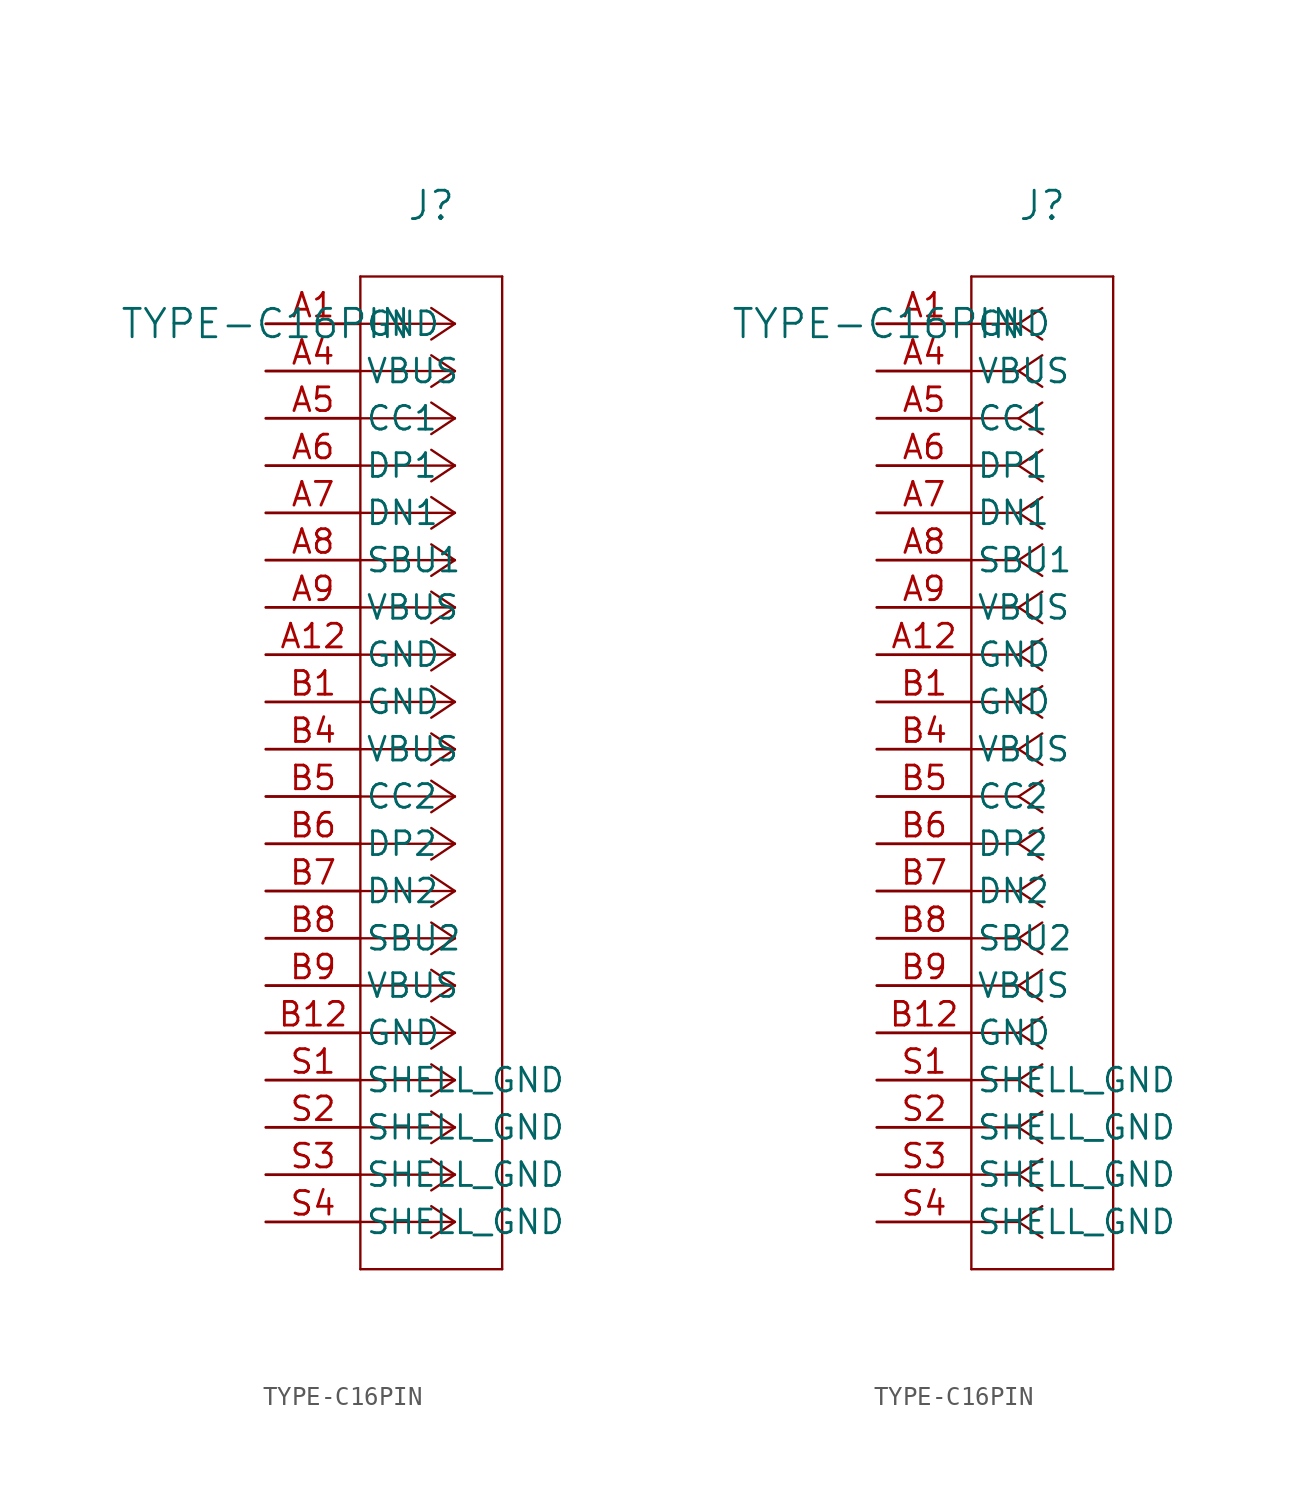
<source format=kicad_sym>
(kicad_symbol_lib
  (version 20211014)
  (generator kicad_symbol_editor)
  (symbol "TYPE-C16PIN"
    (pin_names
      (offset 0.254))
    (property "Reference" "J"
      (at 8.89 6.35 0)
      (effects (font (size 1.524 1.524))))
    (property "Value" "TYPE-C16PIN"
      (at 0 0 0)
      (effects (font (size 1.524 1.524))))
    (symbol "TYPE-C16PIN_1_1"
      (polyline (pts (xy 10.16 0) (xy 5.08 0)) (stroke (width 0.127) (type default) (color 0 0 0 0)) (fill (type none)))
      (polyline (pts (xy 10.16 -2.54) (xy 5.08 -2.54)) (stroke (width 0.127) (type default) (color 0 0 0 0)) (fill (type none)))
      (polyline (pts (xy 10.16 -5.08) (xy 5.08 -5.08)) (stroke (width 0.127) (type default) (color 0 0 0 0)) (fill (type none)))
      (polyline (pts (xy 10.16 -7.62) (xy 5.08 -7.62)) (stroke (width 0.127) (type default) (color 0 0 0 0)) (fill (type none)))
      (polyline (pts (xy 10.16 -10.16) (xy 5.08 -10.16)) (stroke (width 0.127) (type default) (color 0 0 0 0)) (fill (type none)))
      (polyline (pts (xy 10.16 -12.7) (xy 5.08 -12.7)) (stroke (width 0.127) (type default) (color 0 0 0 0)) (fill (type none)))
      (polyline (pts (xy 10.16 -15.24) (xy 5.08 -15.24)) (stroke (width 0.127) (type default) (color 0 0 0 0)) (fill (type none)))
      (polyline (pts (xy 10.16 -17.78) (xy 5.08 -17.78)) (stroke (width 0.127) (type default) (color 0 0 0 0)) (fill (type none)))
      (polyline (pts (xy 10.16 -20.32) (xy 5.08 -20.32)) (stroke (width 0.127) (type default) (color 0 0 0 0)) (fill (type none)))
      (polyline (pts (xy 10.16 -22.86) (xy 5.08 -22.86)) (stroke (width 0.127) (type default) (color 0 0 0 0)) (fill (type none)))
      (polyline (pts (xy 10.16 -25.4) (xy 5.08 -25.4)) (stroke (width 0.127) (type default) (color 0 0 0 0)) (fill (type none)))
      (polyline (pts (xy 10.16 -27.94) (xy 5.08 -27.94)) (stroke (width 0.127) (type default) (color 0 0 0 0)) (fill (type none)))
      (polyline (pts (xy 10.16 -30.48) (xy 5.08 -30.48)) (stroke (width 0.127) (type default) (color 0 0 0 0)) (fill (type none)))
      (polyline (pts (xy 10.16 -33.02) (xy 5.08 -33.02)) (stroke (width 0.127) (type default) (color 0 0 0 0)) (fill (type none)))
      (polyline (pts (xy 10.16 -35.56) (xy 5.08 -35.56)) (stroke (width 0.127) (type default) (color 0 0 0 0)) (fill (type none)))
      (polyline (pts (xy 10.16 -38.1) (xy 5.08 -38.1)) (stroke (width 0.127) (type default) (color 0 0 0 0)) (fill (type none)))
      (polyline (pts (xy 10.16 -40.64) (xy 5.08 -40.64)) (stroke (width 0.127) (type default) (color 0 0 0 0)) (fill (type none)))
      (polyline (pts (xy 10.16 -43.18) (xy 5.08 -43.18)) (stroke (width 0.127) (type default) (color 0 0 0 0)) (fill (type none)))
      (polyline (pts (xy 10.16 -45.72) (xy 5.08 -45.72)) (stroke (width 0.127) (type default) (color 0 0 0 0)) (fill (type none)))
      (polyline (pts (xy 10.16 -48.26) (xy 5.08 -48.26)) (stroke (width 0.127) (type default) (color 0 0 0 0)) (fill (type none)))
      (polyline (pts (xy 10.16 0) (xy 8.89 0.847)) (stroke (width 0.127) (type default) (color 0 0 0 0)) (fill (type none)))
      (polyline (pts (xy 10.16 -2.54) (xy 8.89 -1.693)) (stroke (width 0.127) (type default) (color 0 0 0 0)) (fill (type none)))
      (polyline (pts (xy 10.16 -5.08) (xy 8.89 -4.233)) (stroke (width 0.127) (type default) (color 0 0 0 0)) (fill (type none)))
      (polyline (pts (xy 10.16 -7.62) (xy 8.89 -6.773)) (stroke (width 0.127) (type default) (color 0 0 0 0)) (fill (type none)))
      (polyline (pts (xy 10.16 -10.16) (xy 8.89 -9.313)) (stroke (width 0.127) (type default) (color 0 0 0 0)) (fill (type none)))
      (polyline (pts (xy 10.16 -12.7) (xy 8.89 -11.853)) (stroke (width 0.127) (type default) (color 0 0 0 0)) (fill (type none)))
      (polyline (pts (xy 10.16 -15.24) (xy 8.89 -14.393)) (stroke (width 0.127) (type default) (color 0 0 0 0)) (fill (type none)))
      (polyline (pts (xy 10.16 -17.78) (xy 8.89 -16.933)) (stroke (width 0.127) (type default) (color 0 0 0 0)) (fill (type none)))
      (polyline (pts (xy 10.16 -20.32) (xy 8.89 -19.473)) (stroke (width 0.127) (type default) (color 0 0 0 0)) (fill (type none)))
      (polyline (pts (xy 10.16 -22.86) (xy 8.89 -22.013)) (stroke (width 0.127) (type default) (color 0 0 0 0)) (fill (type none)))
      (polyline (pts (xy 10.16 -25.4) (xy 8.89 -24.553)) (stroke (width 0.127) (type default) (color 0 0 0 0)) (fill (type none)))
      (polyline (pts (xy 10.16 -27.94) (xy 8.89 -27.093)) (stroke (width 0.127) (type default) (color 0 0 0 0)) (fill (type none)))
      (polyline (pts (xy 10.16 -30.48) (xy 8.89 -29.633)) (stroke (width 0.127) (type default) (color 0 0 0 0)) (fill (type none)))
      (polyline (pts (xy 10.16 -33.02) (xy 8.89 -32.173)) (stroke (width 0.127) (type default) (color 0 0 0 0)) (fill (type none)))
      (polyline (pts (xy 10.16 -35.56) (xy 8.89 -34.713)) (stroke (width 0.127) (type default) (color 0 0 0 0)) (fill (type none)))
      (polyline (pts (xy 10.16 -38.1) (xy 8.89 -37.253)) (stroke (width 0.127) (type default) (color 0 0 0 0)) (fill (type none)))
      (polyline (pts (xy 10.16 -40.64) (xy 8.89 -39.793)) (stroke (width 0.127) (type default) (color 0 0 0 0)) (fill (type none)))
      (polyline (pts (xy 10.16 -43.18) (xy 8.89 -42.333)) (stroke (width 0.127) (type default) (color 0 0 0 0)) (fill (type none)))
      (polyline (pts (xy 10.16 -45.72) (xy 8.89 -44.873)) (stroke (width 0.127) (type default) (color 0 0 0 0)) (fill (type none)))
      (polyline (pts (xy 10.16 -48.26) (xy 8.89 -47.413)) (stroke (width 0.127) (type default) (color 0 0 0 0)) (fill (type none)))
      (polyline (pts (xy 10.16 0) (xy 8.89 -0.847)) (stroke (width 0.127) (type default) (color 0 0 0 0)) (fill (type none)))
      (polyline (pts (xy 10.16 -2.54) (xy 8.89 -3.387)) (stroke (width 0.127) (type default) (color 0 0 0 0)) (fill (type none)))
      (polyline (pts (xy 10.16 -5.08) (xy 8.89 -5.927)) (stroke (width 0.127) (type default) (color 0 0 0 0)) (fill (type none)))
      (polyline (pts (xy 10.16 -7.62) (xy 8.89 -8.467)) (stroke (width 0.127) (type default) (color 0 0 0 0)) (fill (type none)))
      (polyline (pts (xy 10.16 -10.16) (xy 8.89 -11.007)) (stroke (width 0.127) (type default) (color 0 0 0 0)) (fill (type none)))
      (polyline (pts (xy 10.16 -12.7) (xy 8.89 -13.547)) (stroke (width 0.127) (type default) (color 0 0 0 0)) (fill (type none)))
      (polyline (pts (xy 10.16 -15.24) (xy 8.89 -16.087)) (stroke (width 0.127) (type default) (color 0 0 0 0)) (fill (type none)))
      (polyline (pts (xy 10.16 -17.78) (xy 8.89 -18.627)) (stroke (width 0.127) (type default) (color 0 0 0 0)) (fill (type none)))
      (polyline (pts (xy 10.16 -20.32) (xy 8.89 -21.167)) (stroke (width 0.127) (type default) (color 0 0 0 0)) (fill (type none)))
      (polyline (pts (xy 10.16 -22.86) (xy 8.89 -23.707)) (stroke (width 0.127) (type default) (color 0 0 0 0)) (fill (type none)))
      (polyline (pts (xy 10.16 -25.4) (xy 8.89 -26.247)) (stroke (width 0.127) (type default) (color 0 0 0 0)) (fill (type none)))
      (polyline (pts (xy 10.16 -27.94) (xy 8.89 -28.787)) (stroke (width 0.127) (type default) (color 0 0 0 0)) (fill (type none)))
      (polyline (pts (xy 10.16 -30.48) (xy 8.89 -31.327)) (stroke (width 0.127) (type default) (color 0 0 0 0)) (fill (type none)))
      (polyline (pts (xy 10.16 -33.02) (xy 8.89 -33.867)) (stroke (width 0.127) (type default) (color 0 0 0 0)) (fill (type none)))
      (polyline (pts (xy 10.16 -35.56) (xy 8.89 -36.407)) (stroke (width 0.127) (type default) (color 0 0 0 0)) (fill (type none)))
      (polyline (pts (xy 10.16 -38.1) (xy 8.89 -38.947)) (stroke (width 0.127) (type default) (color 0 0 0 0)) (fill (type none)))
      (polyline (pts (xy 10.16 -40.64) (xy 8.89 -41.487)) (stroke (width 0.127) (type default) (color 0 0 0 0)) (fill (type none)))
      (polyline (pts (xy 10.16 -43.18) (xy 8.89 -44.027)) (stroke (width 0.127) (type default) (color 0 0 0 0)) (fill (type none)))
      (polyline (pts (xy 10.16 -45.72) (xy 8.89 -46.567)) (stroke (width 0.127) (type default) (color 0 0 0 0)) (fill (type none)))
      (polyline (pts (xy 10.16 -48.26) (xy 8.89 -49.107)) (stroke (width 0.127) (type default) (color 0 0 0 0)) (fill (type none)))
      (polyline (pts (xy 5.08 2.54) (xy 5.08 -50.8)) (stroke (width 0.127) (type default) (color 0 0 0 0)) (fill (type none)))
      (polyline (pts (xy 5.08 -50.8) (xy 12.7 -50.8)) (stroke (width 0.127) (type default) (color 0 0 0 0)) (fill (type none)))
      (polyline (pts (xy 12.7 -50.8) (xy 12.7 2.54)) (stroke (width 0.127) (type default) (color 0 0 0 0)) (fill (type none)))
      (polyline (pts (xy 12.7 2.54) (xy 5.08 2.54)) (stroke (width 0.127) (type default) (color 0 0 0 0)) (fill (type none)))
      (pin power_out line (at 0 0 0) (length 5.08) (name "GND" (effects (font (size 1.27 1.27)))) (number "A1" (effects (font (size 1.27 1.27)))))
      (pin power_in line (at 0 -2.54 0) (length 5.08) (name "VBUS" (effects (font (size 1.27 1.27)))) (number "A4" (effects (font (size 1.27 1.27)))))
      (pin bidirectional line (at 0 -5.08 0) (length 5.08) (name "CC1" (effects (font (size 1.27 1.27)))) (number "A5" (effects (font (size 1.27 1.27)))))
      (pin bidirectional line (at 0 -7.62 0) (length 5.08) (name "DP1" (effects (font (size 1.27 1.27)))) (number "A6" (effects (font (size 1.27 1.27)))))
      (pin bidirectional line (at 0 -10.16 0) (length 5.08) (name "DN1" (effects (font (size 1.27 1.27)))) (number "A7" (effects (font (size 1.27 1.27)))))
      (pin bidirectional line (at 0 -12.7 0) (length 5.08) (name "SBU1" (effects (font (size 1.27 1.27)))) (number "A8" (effects (font (size 1.27 1.27)))))
      (pin power_in line (at 0 -15.24 0) (length 5.08) (name "VBUS" (effects (font (size 1.27 1.27)))) (number "A9" (effects (font (size 1.27 1.27)))))
      (pin power_out line (at 0 -17.78 0) (length 5.08) (name "GND" (effects (font (size 1.27 1.27)))) (number "A12" (effects (font (size 1.27 1.27)))))
      (pin power_out line (at 0 -20.32 0) (length 5.08) (name "GND" (effects (font (size 1.27 1.27)))) (number "B1" (effects (font (size 1.27 1.27)))))
      (pin power_in line (at 0 -22.86 0) (length 5.08) (name "VBUS" (effects (font (size 1.27 1.27)))) (number "B4" (effects (font (size 1.27 1.27)))))
      (pin bidirectional line (at 0 -25.4 0) (length 5.08) (name "CC2" (effects (font (size 1.27 1.27)))) (number "B5" (effects (font (size 1.27 1.27)))))
      (pin bidirectional line (at 0 -27.94 0) (length 5.08) (name "DP2" (effects (font (size 1.27 1.27)))) (number "B6" (effects (font (size 1.27 1.27)))))
      (pin bidirectional line (at 0 -30.48 0) (length 5.08) (name "DN2" (effects (font (size 1.27 1.27)))) (number "B7" (effects (font (size 1.27 1.27)))))
      (pin bidirectional line (at 0 -33.02 0) (length 5.08) (name "SBU2" (effects (font (size 1.27 1.27)))) (number "B8" (effects (font (size 1.27 1.27)))))
      (pin power_in line (at 0 -35.56 0) (length 5.08) (name "VBUS" (effects (font (size 1.27 1.27)))) (number "B9" (effects (font (size 1.27 1.27)))))
      (pin power_out line (at 0 -38.1 0) (length 5.08) (name "GND" (effects (font (size 1.27 1.27)))) (number "B12" (effects (font (size 1.27 1.27)))))
      (pin power_out line (at 0 -40.64 0) (length 5.08) (name "SHELL_GND" (effects (font (size 1.27 1.27)))) (number "S1" (effects (font (size 1.27 1.27)))))
      (pin power_out line (at 0 -43.18 0) (length 5.08) (name "SHELL_GND" (effects (font (size 1.27 1.27)))) (number "S2" (effects (font (size 1.27 1.27)))))
      (pin power_out line (at 0 -45.72 0) (length 5.08) (name "SHELL_GND" (effects (font (size 1.27 1.27)))) (number "S3" (effects (font (size 1.27 1.27)))))
      (pin power_out line (at 0 -48.26 0) (length 5.08) (name "SHELL_GND" (effects (font (size 1.27 1.27)))) (number "S4" (effects (font (size 1.27 1.27))))))
    (symbol "TYPE-C16PIN_1_2"
      (polyline (pts (xy 7.62 0) (xy 5.08 0)) (stroke (width 0.127) (type default) (color 0 0 0 0)) (fill (type none)))
      (polyline (pts (xy 7.62 -2.54) (xy 5.08 -2.54)) (stroke (width 0.127) (type default) (color 0 0 0 0)) (fill (type none)))
      (polyline (pts (xy 7.62 -5.08) (xy 5.08 -5.08)) (stroke (width 0.127) (type default) (color 0 0 0 0)) (fill (type none)))
      (polyline (pts (xy 7.62 -7.62) (xy 5.08 -7.62)) (stroke (width 0.127) (type default) (color 0 0 0 0)) (fill (type none)))
      (polyline (pts (xy 7.62 -10.16) (xy 5.08 -10.16)) (stroke (width 0.127) (type default) (color 0 0 0 0)) (fill (type none)))
      (polyline (pts (xy 7.62 -12.7) (xy 5.08 -12.7)) (stroke (width 0.127) (type default) (color 0 0 0 0)) (fill (type none)))
      (polyline (pts (xy 7.62 -15.24) (xy 5.08 -15.24)) (stroke (width 0.127) (type default) (color 0 0 0 0)) (fill (type none)))
      (polyline (pts (xy 7.62 -17.78) (xy 5.08 -17.78)) (stroke (width 0.127) (type default) (color 0 0 0 0)) (fill (type none)))
      (polyline (pts (xy 7.62 -20.32) (xy 5.08 -20.32)) (stroke (width 0.127) (type default) (color 0 0 0 0)) (fill (type none)))
      (polyline (pts (xy 7.62 -22.86) (xy 5.08 -22.86)) (stroke (width 0.127) (type default) (color 0 0 0 0)) (fill (type none)))
      (polyline (pts (xy 7.62 -25.4) (xy 5.08 -25.4)) (stroke (width 0.127) (type default) (color 0 0 0 0)) (fill (type none)))
      (polyline (pts (xy 7.62 -27.94) (xy 5.08 -27.94)) (stroke (width 0.127) (type default) (color 0 0 0 0)) (fill (type none)))
      (polyline (pts (xy 7.62 -30.48) (xy 5.08 -30.48)) (stroke (width 0.127) (type default) (color 0 0 0 0)) (fill (type none)))
      (polyline (pts (xy 7.62 -33.02) (xy 5.08 -33.02)) (stroke (width 0.127) (type default) (color 0 0 0 0)) (fill (type none)))
      (polyline (pts (xy 7.62 -35.56) (xy 5.08 -35.56)) (stroke (width 0.127) (type default) (color 0 0 0 0)) (fill (type none)))
      (polyline (pts (xy 7.62 -38.1) (xy 5.08 -38.1)) (stroke (width 0.127) (type default) (color 0 0 0 0)) (fill (type none)))
      (polyline (pts (xy 7.62 -40.64) (xy 5.08 -40.64)) (stroke (width 0.127) (type default) (color 0 0 0 0)) (fill (type none)))
      (polyline (pts (xy 7.62 -43.18) (xy 5.08 -43.18)) (stroke (width 0.127) (type default) (color 0 0 0 0)) (fill (type none)))
      (polyline (pts (xy 7.62 -45.72) (xy 5.08 -45.72)) (stroke (width 0.127) (type default) (color 0 0 0 0)) (fill (type none)))
      (polyline (pts (xy 7.62 -48.26) (xy 5.08 -48.26)) (stroke (width 0.127) (type default) (color 0 0 0 0)) (fill (type none)))
      (polyline (pts (xy 7.62 0) (xy 8.89 0.847)) (stroke (width 0.127) (type default) (color 0 0 0 0)) (fill (type none)))
      (polyline (pts (xy 7.62 -2.54) (xy 8.89 -1.693)) (stroke (width 0.127) (type default) (color 0 0 0 0)) (fill (type none)))
      (polyline (pts (xy 7.62 -5.08) (xy 8.89 -4.233)) (stroke (width 0.127) (type default) (color 0 0 0 0)) (fill (type none)))
      (polyline (pts (xy 7.62 -7.62) (xy 8.89 -6.773)) (stroke (width 0.127) (type default) (color 0 0 0 0)) (fill (type none)))
      (polyline (pts (xy 7.62 -10.16) (xy 8.89 -9.313)) (stroke (width 0.127) (type default) (color 0 0 0 0)) (fill (type none)))
      (polyline (pts (xy 7.62 -12.7) (xy 8.89 -11.853)) (stroke (width 0.127) (type default) (color 0 0 0 0)) (fill (type none)))
      (polyline (pts (xy 7.62 -15.24) (xy 8.89 -14.393)) (stroke (width 0.127) (type default) (color 0 0 0 0)) (fill (type none)))
      (polyline (pts (xy 7.62 -17.78) (xy 8.89 -16.933)) (stroke (width 0.127) (type default) (color 0 0 0 0)) (fill (type none)))
      (polyline (pts (xy 7.62 -20.32) (xy 8.89 -19.473)) (stroke (width 0.127) (type default) (color 0 0 0 0)) (fill (type none)))
      (polyline (pts (xy 7.62 -22.86) (xy 8.89 -22.013)) (stroke (width 0.127) (type default) (color 0 0 0 0)) (fill (type none)))
      (polyline (pts (xy 7.62 -25.4) (xy 8.89 -24.553)) (stroke (width 0.127) (type default) (color 0 0 0 0)) (fill (type none)))
      (polyline (pts (xy 7.62 -27.94) (xy 8.89 -27.093)) (stroke (width 0.127) (type default) (color 0 0 0 0)) (fill (type none)))
      (polyline (pts (xy 7.62 -30.48) (xy 8.89 -29.633)) (stroke (width 0.127) (type default) (color 0 0 0 0)) (fill (type none)))
      (polyline (pts (xy 7.62 -33.02) (xy 8.89 -32.173)) (stroke (width 0.127) (type default) (color 0 0 0 0)) (fill (type none)))
      (polyline (pts (xy 7.62 -35.56) (xy 8.89 -34.713)) (stroke (width 0.127) (type default) (color 0 0 0 0)) (fill (type none)))
      (polyline (pts (xy 7.62 -38.1) (xy 8.89 -37.253)) (stroke (width 0.127) (type default) (color 0 0 0 0)) (fill (type none)))
      (polyline (pts (xy 7.62 -40.64) (xy 8.89 -39.793)) (stroke (width 0.127) (type default) (color 0 0 0 0)) (fill (type none)))
      (polyline (pts (xy 7.62 -43.18) (xy 8.89 -42.333)) (stroke (width 0.127) (type default) (color 0 0 0 0)) (fill (type none)))
      (polyline (pts (xy 7.62 -45.72) (xy 8.89 -44.873)) (stroke (width 0.127) (type default) (color 0 0 0 0)) (fill (type none)))
      (polyline (pts (xy 7.62 -48.26) (xy 8.89 -47.413)) (stroke (width 0.127) (type default) (color 0 0 0 0)) (fill (type none)))
      (polyline (pts (xy 7.62 0) (xy 8.89 -0.847)) (stroke (width 0.127) (type default) (color 0 0 0 0)) (fill (type none)))
      (polyline (pts (xy 7.62 -2.54) (xy 8.89 -3.387)) (stroke (width 0.127) (type default) (color 0 0 0 0)) (fill (type none)))
      (polyline (pts (xy 7.62 -5.08) (xy 8.89 -5.927)) (stroke (width 0.127) (type default) (color 0 0 0 0)) (fill (type none)))
      (polyline (pts (xy 7.62 -7.62) (xy 8.89 -8.467)) (stroke (width 0.127) (type default) (color 0 0 0 0)) (fill (type none)))
      (polyline (pts (xy 7.62 -10.16) (xy 8.89 -11.007)) (stroke (width 0.127) (type default) (color 0 0 0 0)) (fill (type none)))
      (polyline (pts (xy 7.62 -12.7) (xy 8.89 -13.547)) (stroke (width 0.127) (type default) (color 0 0 0 0)) (fill (type none)))
      (polyline (pts (xy 7.62 -15.24) (xy 8.89 -16.087)) (stroke (width 0.127) (type default) (color 0 0 0 0)) (fill (type none)))
      (polyline (pts (xy 7.62 -17.78) (xy 8.89 -18.627)) (stroke (width 0.127) (type default) (color 0 0 0 0)) (fill (type none)))
      (polyline (pts (xy 7.62 -20.32) (xy 8.89 -21.167)) (stroke (width 0.127) (type default) (color 0 0 0 0)) (fill (type none)))
      (polyline (pts (xy 7.62 -22.86) (xy 8.89 -23.707)) (stroke (width 0.127) (type default) (color 0 0 0 0)) (fill (type none)))
      (polyline (pts (xy 7.62 -25.4) (xy 8.89 -26.247)) (stroke (width 0.127) (type default) (color 0 0 0 0)) (fill (type none)))
      (polyline (pts (xy 7.62 -27.94) (xy 8.89 -28.787)) (stroke (width 0.127) (type default) (color 0 0 0 0)) (fill (type none)))
      (polyline (pts (xy 7.62 -30.48) (xy 8.89 -31.327)) (stroke (width 0.127) (type default) (color 0 0 0 0)) (fill (type none)))
      (polyline (pts (xy 7.62 -33.02) (xy 8.89 -33.867)) (stroke (width 0.127) (type default) (color 0 0 0 0)) (fill (type none)))
      (polyline (pts (xy 7.62 -35.56) (xy 8.89 -36.407)) (stroke (width 0.127) (type default) (color 0 0 0 0)) (fill (type none)))
      (polyline (pts (xy 7.62 -38.1) (xy 8.89 -38.947)) (stroke (width 0.127) (type default) (color 0 0 0 0)) (fill (type none)))
      (polyline (pts (xy 7.62 -40.64) (xy 8.89 -41.487)) (stroke (width 0.127) (type default) (color 0 0 0 0)) (fill (type none)))
      (polyline (pts (xy 7.62 -43.18) (xy 8.89 -44.027)) (stroke (width 0.127) (type default) (color 0 0 0 0)) (fill (type none)))
      (polyline (pts (xy 7.62 -45.72) (xy 8.89 -46.567)) (stroke (width 0.127) (type default) (color 0 0 0 0)) (fill (type none)))
      (polyline (pts (xy 7.62 -48.26) (xy 8.89 -49.107)) (stroke (width 0.127) (type default) (color 0 0 0 0)) (fill (type none)))
      (polyline (pts (xy 5.08 2.54) (xy 5.08 -50.8)) (stroke (width 0.127) (type default) (color 0 0 0 0)) (fill (type none)))
      (polyline (pts (xy 5.08 -50.8) (xy 12.7 -50.8)) (stroke (width 0.127) (type default) (color 0 0 0 0)) (fill (type none)))
      (polyline (pts (xy 12.7 -50.8) (xy 12.7 2.54)) (stroke (width 0.127) (type default) (color 0 0 0 0)) (fill (type none)))
      (polyline (pts (xy 12.7 2.54) (xy 5.08 2.54)) (stroke (width 0.127) (type default) (color 0 0 0 0)) (fill (type none)))
      (pin power_out line (at 0 0 0) (length 5.08) (name "GND" (effects (font (size 1.27 1.27)))) (number "A1" (effects (font (size 1.27 1.27)))))
      (pin power_in line (at 0 -2.54 0) (length 5.08) (name "VBUS" (effects (font (size 1.27 1.27)))) (number "A4" (effects (font (size 1.27 1.27)))))
      (pin bidirectional line (at 0 -5.08 0) (length 5.08) (name "CC1" (effects (font (size 1.27 1.27)))) (number "A5" (effects (font (size 1.27 1.27)))))
      (pin bidirectional line (at 0 -7.62 0) (length 5.08) (name "DP1" (effects (font (size 1.27 1.27)))) (number "A6" (effects (font (size 1.27 1.27)))))
      (pin bidirectional line (at 0 -10.16 0) (length 5.08) (name "DN1" (effects (font (size 1.27 1.27)))) (number "A7" (effects (font (size 1.27 1.27)))))
      (pin bidirectional line (at 0 -12.7 0) (length 5.08) (name "SBU1" (effects (font (size 1.27 1.27)))) (number "A8" (effects (font (size 1.27 1.27)))))
      (pin power_in line (at 0 -15.24 0) (length 5.08) (name "VBUS" (effects (font (size 1.27 1.27)))) (number "A9" (effects (font (size 1.27 1.27)))))
      (pin power_out line (at 0 -17.78 0) (length 5.08) (name "GND" (effects (font (size 1.27 1.27)))) (number "A12" (effects (font (size 1.27 1.27)))))
      (pin power_out line (at 0 -20.32 0) (length 5.08) (name "GND" (effects (font (size 1.27 1.27)))) (number "B1" (effects (font (size 1.27 1.27)))))
      (pin power_in line (at 0 -22.86 0) (length 5.08) (name "VBUS" (effects (font (size 1.27 1.27)))) (number "B4" (effects (font (size 1.27 1.27)))))
      (pin bidirectional line (at 0 -25.4 0) (length 5.08) (name "CC2" (effects (font (size 1.27 1.27)))) (number "B5" (effects (font (size 1.27 1.27)))))
      (pin bidirectional line (at 0 -27.94 0) (length 5.08) (name "DP2" (effects (font (size 1.27 1.27)))) (number "B6" (effects (font (size 1.27 1.27)))))
      (pin bidirectional line (at 0 -30.48 0) (length 5.08) (name "DN2" (effects (font (size 1.27 1.27)))) (number "B7" (effects (font (size 1.27 1.27)))))
      (pin bidirectional line (at 0 -33.02 0) (length 5.08) (name "SBU2" (effects (font (size 1.27 1.27)))) (number "B8" (effects (font (size 1.27 1.27)))))
      (pin power_in line (at 0 -35.56 0) (length 5.08) (name "VBUS" (effects (font (size 1.27 1.27)))) (number "B9" (effects (font (size 1.27 1.27)))))
      (pin power_out line (at 0 -38.1 0) (length 5.08) (name "GND" (effects (font (size 1.27 1.27)))) (number "B12" (effects (font (size 1.27 1.27)))))
      (pin power_out line (at 0 -40.64 0) (length 5.08) (name "SHELL_GND" (effects (font (size 1.27 1.27)))) (number "S1" (effects (font (size 1.27 1.27)))))
      (pin power_out line (at 0 -43.18 0) (length 5.08) (name "SHELL_GND" (effects (font (size 1.27 1.27)))) (number "S2" (effects (font (size 1.27 1.27)))))
      (pin power_out line (at 0 -45.72 0) (length 5.08) (name "SHELL_GND" (effects (font (size 1.27 1.27)))) (number "S3" (effects (font (size 1.27 1.27)))))
      (pin power_out line (at 0 -48.26 0) (length 5.08) (name "SHELL_GND" (effects (font (size 1.27 1.27)))) (number "S4" (effects (font (size 1.27 1.27))))))))
</source>
